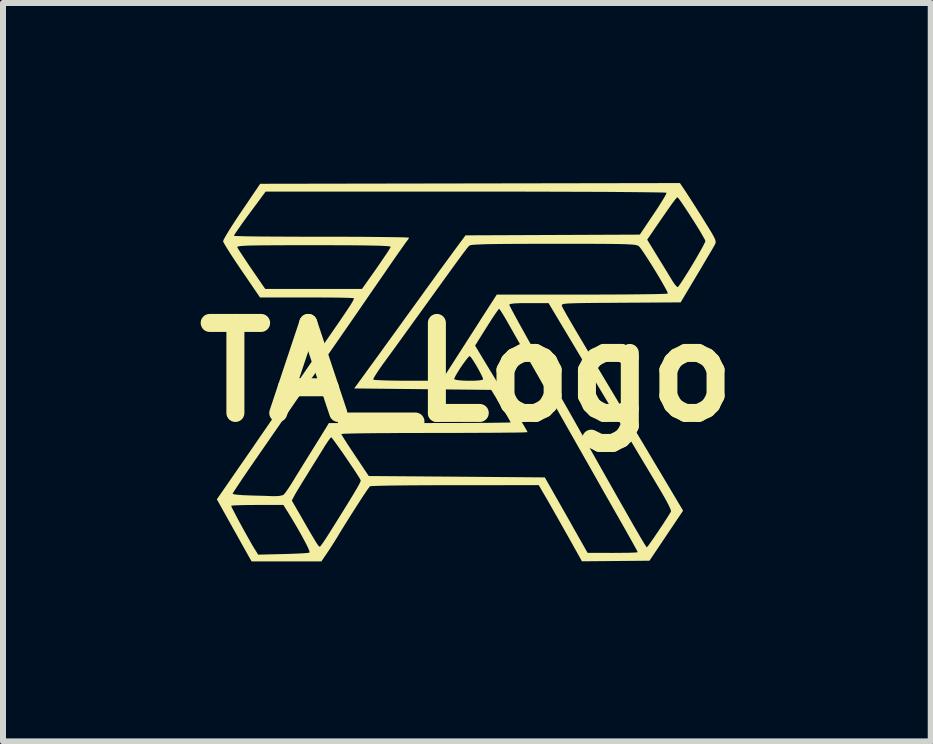
<source format=kicad_pcb>
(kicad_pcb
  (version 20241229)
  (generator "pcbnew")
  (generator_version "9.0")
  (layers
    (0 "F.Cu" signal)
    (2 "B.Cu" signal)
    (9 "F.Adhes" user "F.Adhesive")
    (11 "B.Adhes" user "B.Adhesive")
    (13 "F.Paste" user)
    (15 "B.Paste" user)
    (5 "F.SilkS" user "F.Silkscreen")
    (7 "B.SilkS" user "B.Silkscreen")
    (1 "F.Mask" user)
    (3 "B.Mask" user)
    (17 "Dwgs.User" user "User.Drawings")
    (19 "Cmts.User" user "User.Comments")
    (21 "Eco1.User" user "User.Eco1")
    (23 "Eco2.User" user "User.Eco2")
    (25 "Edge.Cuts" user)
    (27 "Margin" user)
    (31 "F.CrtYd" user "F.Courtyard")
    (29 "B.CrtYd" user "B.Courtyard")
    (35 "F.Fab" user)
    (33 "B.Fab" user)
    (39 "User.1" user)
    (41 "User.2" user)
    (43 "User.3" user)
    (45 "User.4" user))
  (footprint "TA_Logo"
    (layer "F.Cu")
    (at 4.729 3.152)
    (property "Reference" "TA_Logo" (at 0 0 0) (layer "F.SilkS") (effects (font (size 1.5 1.5) (thickness 0.3))))
    (attr board_only exclude_from_pos_files exclude_from_bom)
    (fp_poly (pts (xy 3.641 -3.016) (xy 3.684 -2.95) (xy 3.746 -2.853) (xy 3.82 -2.738) (xy 3.899 -2.613) (xy 3.948 -2.534) (xy 4.026 -2.409) (xy 4.082 -2.317) (xy 4.118 -2.251) (xy 4.139 -2.206) (xy 4.145 -2.174) (xy 4.142 -2.149) (xy 4.13 -2.124) (xy 4.13 -2.123) (xy 4.108 -2.084) (xy 4.066 -2.012) (xy 4.007 -1.913) (xy 3.937 -1.794) (xy 3.859 -1.663) (xy 3.828 -1.611) (xy 3.561 -1.164) (xy 2.566 -1.158) (xy 2.323 -1.156) (xy 2.124 -1.155) (xy 1.964 -1.153) (xy 1.838 -1.151) (xy 1.743 -1.148) (xy 1.674 -1.145) (xy 1.627 -1.14) (xy 1.599 -1.134) (xy 1.585 -1.126) (xy 1.581 -1.117) (xy 1.582 -1.107) (xy 1.589 -1.089) (xy 1.607 -1.055) (xy 1.635 -1.004) (xy 1.676 -0.931) (xy 1.731 -0.837) (xy 1.801 -0.717) (xy 1.888 -0.57) (xy 1.993 -0.393) (xy 2.116 -0.185) (xy 2.261 0.058) (xy 2.428 0.337) (xy 2.564 0.564) (xy 2.65 0.709) (xy 2.754 0.883) (xy 2.869 1.076) (xy 2.99 1.278) (xy 3.108 1.477) (xy 3.22 1.664) (xy 3.22 1.664) (xy 3.602 2.306) (xy 3.322 2.723) (xy 3.042 3.14) (xy 2.48 3.145) (xy 1.917 3.15) (xy 1.684 2.733) (xy 1.602 2.588) (xy 1.519 2.441) (xy 1.44 2.302) (xy 1.372 2.182) (xy 1.324 2.099) (xy 1.197 1.881) (xy -0.195 1.882) (xy -0.447 1.882) (xy -0.686 1.883) (xy -0.906 1.884) (xy -1.104 1.886) (xy -1.276 1.888) (xy -1.417 1.891) (xy -1.523 1.894) (xy -1.59 1.897) (xy -1.614 1.899) (xy -1.634 1.924) (xy -1.674 1.981) (xy -1.731 2.066) (xy -1.8 2.172) (xy -1.876 2.291) (xy -1.957 2.418) (xy -2.037 2.546) (xy -2.113 2.669) (xy -2.168 2.761) (xy -2.219 2.843) (xy -2.282 2.941) (xy -2.33 3.013) (xy -2.424 3.151) (xy -3.005 3.151) (xy -3.587 3.151) (xy -3.631 3.075) (xy -3.655 3.032) (xy -3.698 2.955) (xy -3.756 2.852) (xy -3.824 2.729) (xy -3.899 2.596) (xy -3.92 2.558) (xy -4.105 2.226) (xy -3.928 2.226) (xy -3.917 2.252) (xy -3.887 2.311) (xy -3.844 2.394) (xy -3.791 2.493) (xy -3.733 2.6) (xy -3.674 2.706) (xy -3.619 2.804) (xy -3.573 2.885) (xy -3.542 2.936) (xy -3.477 3.039) (xy -3.056 3.029) (xy -2.92 3.025) (xy -2.8 3.02) (xy -2.706 3.015) (xy -2.643 3.009) (xy -2.621 3.005) (xy -2.625 2.978) (xy -2.65 2.917) (xy -2.695 2.828) (xy -2.755 2.717) (xy -2.827 2.59) (xy -2.908 2.453) (xy -2.994 2.312) (xy -3.003 2.299) (xy -3.058 2.211) (xy -3.493 2.211) (xy -3.63 2.212) (xy -3.749 2.214) (xy -3.844 2.217) (xy -3.905 2.221) (xy -3.928 2.226) (xy -4.105 2.226) (xy -4.154 2.138) (xy -2.917 2.138) (xy -2.743 2.439) (xy -2.656 2.591) (xy -2.589 2.706) (xy -2.539 2.79) (xy -2.503 2.848) (xy -2.479 2.883) (xy -2.464 2.901) (xy -2.453 2.906) (xy -2.445 2.904) (xy -2.426 2.88) (xy -2.387 2.825) (xy -2.334 2.745) (xy -2.274 2.65) (xy -2.267 2.639) (xy -2.136 2.43) (xy -2.029 2.258) (xy -1.943 2.118) (xy -1.877 2.009) (xy -1.828 1.926) (xy -1.795 1.867) (xy -1.776 1.828) (xy -1.769 1.806) (xy -1.769 1.801) (xy -1.784 1.772) (xy -1.821 1.713) (xy -1.873 1.633) (xy -1.937 1.538) (xy -2.006 1.436) (xy -2.076 1.334) (xy -2.142 1.241) (xy -2.198 1.163) (xy -2.239 1.108) (xy -2.26 1.083) (xy -2.261 1.082) (xy -2.279 1.101) (xy -2.315 1.151) (xy -2.363 1.223) (xy -2.388 1.264) (xy -2.446 1.358) (xy -2.519 1.475) (xy -2.598 1.602) (xy -2.669 1.717) (xy -2.736 1.824) (xy -2.796 1.923) (xy -2.845 2.004) (xy -2.875 2.058) (xy -2.878 2.063) (xy -2.917 2.138) (xy -4.154 2.138) (xy -4.166 2.117) (xy -4.102 2.025) (xy -3.904 2.025) (xy -3.882 2.033) (xy -3.822 2.041) (xy -3.734 2.048) (xy -3.628 2.052) (xy -3.503 2.056) (xy -3.381 2.059) (xy -3.277 2.063) (xy -3.221 2.065) (xy -3.134 2.062) (xy -3.071 2.049) (xy -3.053 2.04) (xy -3.026 2.009) (xy -2.982 1.946) (xy -2.928 1.864) (xy -2.888 1.799) (xy -2.825 1.696) (xy -2.746 1.569) (xy -2.662 1.433) (xy -2.582 1.304) (xy -2.576 1.294) (xy -2.506 1.182) (xy -2.442 1.079) (xy -2.411 1.029) (xy -2.093 1.029) (xy -2.08 1.053) (xy -2.045 1.11) (xy -1.993 1.192) (xy -1.926 1.293) (xy -1.863 1.388) (xy -1.635 1.729) (xy -0.168 1.74) (xy 1.298 1.752) (xy 1.432 1.987) (xy 1.489 2.088) (xy 1.562 2.216) (xy 1.644 2.361) (xy 1.729 2.51) (xy 1.788 2.616) (xy 2.011 3.009) (xy 2.428 3.01) (xy 2.563 3.009) (xy 2.679 3.008) (xy 2.77 3.005) (xy 2.828 3.002) (xy 2.846 2.998) (xy 2.835 2.974) (xy 2.804 2.917) (xy 2.758 2.833) (xy 2.699 2.729) (xy 2.649 2.639) (xy 2.579 2.516) (xy 2.492 2.363) (xy 2.395 2.192) (xy 2.293 2.014) (xy 2.195 1.84) (xy 2.152 1.764) (xy 1.978 1.457) (xy 1.825 1.188) (xy 1.692 0.953) (xy 1.576 0.749) (xy 1.476 0.572) (xy 1.389 0.419) (xy 1.314 0.287) (xy 1.248 0.172) (xy 1.191 0.071) (xy 1.139 -0.02) (xy 1.091 -0.104) (xy 1.083 -0.118) (xy 1 -0.263) (xy 0.907 -0.429) (xy 0.813 -0.594) (xy 0.731 -0.739) (xy 0.727 -0.746) (xy 0.666 -0.854) (xy 0.612 -0.946) (xy 0.569 -1.014) (xy 0.543 -1.052) (xy 0.537 -1.058) (xy 0.52 -1.039) (xy 0.483 -0.987) (xy 0.43 -0.909) (xy 0.367 -0.811) (xy 0.329 -0.751) (xy 0.137 -0.444) (xy 0.238 -0.275) (xy 0.301 -0.171) (xy 0.384 -0.034) (xy 0.482 0.127) (xy 0.591 0.305) (xy 0.706 0.491) (xy 0.822 0.679) (xy 0.863 0.745) (xy 0.92 0.839) (xy 0.967 0.918) (xy 0.999 0.974) (xy 1.011 0.998) (xy 1.011 0.998) (xy 0.988 1) (xy 0.922 1.003) (xy 0.817 1.005) (xy 0.676 1.006) (xy 0.504 1.008) (xy 0.304 1.009) (xy 0.08 1.01) (xy -0.163 1.011) (xy -0.423 1.011) (xy -0.541 1.011) (xy -0.806 1.012) (xy -1.057 1.012) (xy -1.29 1.014) (xy -1.501 1.015) (xy -1.686 1.017) (xy -1.841 1.019) (xy -1.962 1.022) (xy -2.046 1.025) (xy -2.088 1.028) (xy -2.093 1.029) (xy -2.411 1.029) (xy -2.389 0.993) (xy -2.353 0.935) (xy -2.346 0.923) (xy -2.3 0.847) (xy -0.786 0.847) (xy -0.523 0.846) (xy -0.276 0.846) (xy -0.046 0.845) (xy 0.161 0.844) (xy 0.342 0.843) (xy 0.493 0.841) (xy 0.61 0.839) (xy 0.689 0.838) (xy 0.727 0.836) (xy 0.729 0.835) (xy 0.717 0.812) (xy 0.686 0.756) (xy 0.638 0.676) (xy 0.58 0.58) (xy 0.567 0.559) (xy 0.405 0.294) (xy -0.737 0.282) (xy -1.878 0.27) (xy -1.769 0.121) (xy -1.561 0.121) (xy -1.561 0.122) (xy -1.535 0.128) (xy -1.469 0.132) (xy -1.369 0.136) (xy -1.242 0.139) (xy -1.094 0.141) (xy -0.987 0.141) (xy -0.424 0.141) (xy -0.406 0.113) (xy -0.212 0.113) (xy -0.19 0.125) (xy -0.134 0.134) (xy -0.054 0.14) (xy 0.036 0.142) (xy 0.126 0.141) (xy 0.203 0.136) (xy 0.255 0.127) (xy 0.27 0.119) (xy 0.263 0.092) (xy 0.238 0.037) (xy 0.2 -0.035) (xy 0.156 -0.113) (xy 0.111 -0.186) (xy 0.073 -0.242) (xy 0.048 -0.27) (xy 0.029 -0.257) (xy -0.008 -0.213) (xy -0.055 -0.149) (xy -0.106 -0.076) (xy -0.153 -0.002) (xy -0.19 0.061) (xy -0.21 0.104) (xy -0.212 0.113) (xy -0.406 0.113) (xy -0.246 -0.135) (xy -0.177 -0.243) (xy -0.09 -0.378) (xy 0.008 -0.531) (xy 0.109 -0.688) (xy 0.206 -0.84) (xy 0.214 -0.853) (xy 0.39 -1.126) (xy 0.706 -1.126) (xy 0.717 -1.1) (xy 0.749 -1.038) (xy 0.799 -0.945) (xy 0.864 -0.825) (xy 0.942 -0.684) (xy 1.03 -0.526) (xy 1.126 -0.356) (xy 1.226 -0.179) (xy 1.328 -0.0004) (xy 1.429 0.176) (xy 1.47 0.247) (xy 1.519 0.332) (xy 1.585 0.448) (xy 1.664 0.586) (xy 1.749 0.736) (xy 1.834 0.887) (xy 1.858 0.929) (xy 2.048 1.266) (xy 2.216 1.564) (xy 2.364 1.825) (xy 2.492 2.052) (xy 2.603 2.247) (xy 2.697 2.412) (xy 2.775 2.549) (xy 2.84 2.66) (xy 2.891 2.748) (xy 2.931 2.815) (xy 2.96 2.863) (xy 2.981 2.895) (xy 2.993 2.912) (xy 2.999 2.916) (xy 3.015 2.898) (xy 3.052 2.847) (xy 3.106 2.771) (xy 3.17 2.676) (xy 3.199 2.633) (xy 3.268 2.53) (xy 3.327 2.439) (xy 3.372 2.368) (xy 3.398 2.325) (xy 3.401 2.317) (xy 3.394 2.287) (xy 3.366 2.224) (xy 3.321 2.137) (xy 3.262 2.033) (xy 3.226 1.971) (xy 3.167 1.873) (xy 3.089 1.742) (xy 2.996 1.586) (xy 2.892 1.413) (xy 2.783 1.231) (xy 2.673 1.046) (xy 2.617 0.953) (xy 2.492 0.743) (xy 2.351 0.506) (xy 2.202 0.257) (xy 2.052 0.007) (xy 1.911 -0.23) (xy 1.785 -0.441) (xy 1.778 -0.453) (xy 1.36 -1.152) (xy 1.033 -1.152) (xy 0.884 -1.151) (xy 0.781 -1.146) (xy 0.722 -1.137) (xy 0.706 -1.126) (xy 0.39 -1.126) (xy 0.498 -1.294) (xy 1.917 -1.294) (xy 2.171 -1.294) (xy 2.411 -1.295) (xy 2.632 -1.296) (xy 2.831 -1.298) (xy 3.004 -1.3) (xy 3.146 -1.302) (xy 3.253 -1.305) (xy 3.322 -1.308) (xy 3.348 -1.311) (xy 3.348 -1.311) (xy 3.34 -1.337) (xy 3.311 -1.394) (xy 3.265 -1.476) (xy 3.208 -1.574) (xy 3.143 -1.682) (xy 3.076 -1.791) (xy 3.01 -1.894) (xy 2.951 -1.984) (xy 2.903 -2.054) (xy 2.871 -2.094) (xy 2.866 -2.099) (xy 2.853 -2.108) (xy 2.834 -2.115) (xy 2.805 -2.121) (xy 2.764 -2.126) (xy 2.705 -2.13) (xy 2.625 -2.134) (xy 2.521 -2.136) (xy 2.389 -2.138) (xy 2.226 -2.139) (xy 2.027 -2.14) (xy 1.789 -2.14) (xy 1.509 -2.14) (xy 1.448 -2.14) (xy 1.145 -2.14) (xy 0.885 -2.139) (xy 0.667 -2.138) (xy 0.487 -2.136) (xy 0.342 -2.134) (xy 0.229 -2.13) (xy 0.146 -2.126) (xy 0.089 -2.122) (xy 0.056 -2.116) (xy 0.044 -2.111) (xy 0.033 -2.101) (xy 0.019 -2.086) (xy -0.001 -2.062) (xy -0.029 -2.025) (xy -0.068 -1.974) (xy -0.12 -1.903) (xy -0.188 -1.81) (xy -0.274 -1.691) (xy -0.381 -1.543) (xy -0.511 -1.363) (xy -0.612 -1.223) (xy -0.759 -1.019) (xy -0.882 -0.849) (xy -0.985 -0.706) (xy -1.072 -0.586) (xy -1.146 -0.483) (xy -1.212 -0.392) (xy -1.273 -0.308) (xy -1.333 -0.226) (xy -1.394 -0.142) (xy -1.46 -0.049) (xy -1.513 0.031) (xy -1.549 0.09) (xy -1.561 0.121) (xy -1.769 0.121) (xy -1.767 0.118) (xy -1.709 0.039) (xy -1.645 -0.05) (xy -1.569 -0.154) (xy -1.48 -0.276) (xy -1.375 -0.422) (xy -1.25 -0.594) (xy -1.102 -0.799) (xy -1 -0.941) (xy -0.894 -1.087) (xy -0.787 -1.234) (xy -0.687 -1.374) (xy -0.598 -1.496) (xy -0.527 -1.594) (xy -0.498 -1.635) (xy -0.414 -1.75) (xy -0.317 -1.882) (xy -0.224 -2.009) (xy -0.184 -2.064) (xy -0.076 -2.209) (xy 3.004 -2.209) (xy 3.187 -1.91) (xy 3.258 -1.795) (xy 3.325 -1.686) (xy 3.382 -1.592) (xy 3.423 -1.525) (xy 3.431 -1.511) (xy 3.47 -1.455) (xy 3.503 -1.422) (xy 3.514 -1.418) (xy 3.533 -1.44) (xy 3.571 -1.496) (xy 3.625 -1.579) (xy 3.69 -1.682) (xy 3.755 -1.789) (xy 3.825 -1.907) (xy 3.886 -2.014) (xy 3.934 -2.1) (xy 3.964 -2.16) (xy 3.974 -2.185) (xy 3.962 -2.214) (xy 3.929 -2.273) (xy 3.881 -2.355) (xy 3.822 -2.451) (xy 3.756 -2.555) (xy 3.689 -2.659) (xy 3.626 -2.754) (xy 3.572 -2.834) (xy 3.532 -2.89) (xy 3.509 -2.915) (xy 3.508 -2.916) (xy 3.492 -2.904) (xy 3.462 -2.867) (xy 3.413 -2.801) (xy 3.345 -2.705) (xy 3.255 -2.575) (xy 3.153 -2.427) (xy 3.004 -2.209) (xy -0.076 -2.209) (xy -0.023 -2.281) (xy 1.429 -2.287) (xy 2.881 -2.293) (xy 3.109 -2.632) (xy 3.183 -2.743) (xy 3.245 -2.842) (xy 3.293 -2.92) (xy 3.32 -2.972) (xy 3.326 -2.991) (xy 3.301 -2.993) (xy 3.232 -2.995) (xy 3.121 -2.997) (xy 2.972 -2.999) (xy 2.786 -3.001) (xy 2.566 -3.003) (xy 2.315 -3.005) (xy 2.036 -3.006) (xy 1.73 -3.007) (xy 1.402 -3.008) (xy 1.053 -3.009) (xy 0.687 -3.01) (xy 0.305 -3.01) (xy -0.02 -3.01) (xy -3.353 -3.01) (xy -3.531 -2.769) (xy -3.652 -2.606) (xy -3.745 -2.478) (xy -3.812 -2.382) (xy -3.856 -2.318) (xy -3.878 -2.281) (xy -3.881 -2.273) (xy -3.858 -2.27) (xy -3.792 -2.268) (xy -3.687 -2.265) (xy -3.547 -2.263) (xy -3.376 -2.261) (xy -3.178 -2.26) (xy -2.957 -2.259) (xy -2.717 -2.258) (xy -2.461 -2.258) (xy -2.422 -2.258) (xy -2.165 -2.258) (xy -1.923 -2.257) (xy -1.698 -2.256) (xy -1.497 -2.254) (xy -1.321 -2.252) (xy -1.177 -2.25) (xy -1.066 -2.248) (xy -0.994 -2.245) (xy -0.965 -2.242) (xy -0.964 -2.242) (xy -0.978 -2.213) (xy -0.997 -2.189) (xy -1.019 -2.16) (xy -1.063 -2.098) (xy -1.126 -2.008) (xy -1.204 -1.897) (xy -1.293 -1.769) (xy -1.377 -1.646) (xy -1.577 -1.357) (xy -1.766 -1.082) (xy -1.942 -0.827) (xy -2.103 -0.594) (xy -2.247 -0.387) (xy -2.37 -0.21) (xy -2.47 -0.067) (xy -2.508 -0.012) (xy -2.593 0.11) (xy -2.688 0.247) (xy -2.779 0.378) (xy -2.826 0.447) (xy -2.877 0.521) (xy -2.95 0.628) (xy -3.041 0.759) (xy -3.145 0.91) (xy -3.258 1.073) (xy -3.375 1.242) (xy -3.441 1.337) (xy -3.55 1.495) (xy -3.65 1.64) (xy -3.737 1.768) (xy -3.809 1.876) (xy -3.863 1.957) (xy -3.895 2.008) (xy -3.904 2.025) (xy -4.102 2.025) (xy -3.698 1.441) (xy -3.57 1.256) (xy -3.435 1.059) (xy -3.298 0.861) (xy -3.167 0.67) (xy -3.047 0.496) (xy -2.945 0.348) (xy -2.916 0.306) (xy -2.804 0.142) (xy -2.675 -0.046) (xy -2.539 -0.244) (xy -2.406 -0.437) (xy -2.286 -0.611) (xy -2.269 -0.635) (xy -2.153 -0.803) (xy -2.062 -0.936) (xy -1.993 -1.039) (xy -1.942 -1.116) (xy -1.909 -1.17) (xy -1.89 -1.206) (xy -1.882 -1.228) (xy -1.881 -1.233) (xy -1.904 -1.236) (xy -1.968 -1.239) (xy -2.069 -1.242) (xy -2.2 -1.244) (xy -2.356 -1.245) (xy -2.532 -1.246) (xy -2.664 -1.246) (xy -3.447 -1.246) (xy -3.752 -1.693) (xy -3.84 -1.823) (xy -3.918 -1.941) (xy -3.983 -2.043) (xy -4.008 -2.083) (xy -3.825 -2.083) (xy -3.825 -2.081) (xy -3.808 -2.051) (xy -3.768 -1.989) (xy -3.711 -1.903) (xy -3.642 -1.799) (xy -3.586 -1.717) (xy -3.36 -1.388) (xy -2.554 -1.388) (xy -1.748 -1.388) (xy -1.509 -1.726) (xy -1.432 -1.838) (xy -1.365 -1.937) (xy -1.312 -2.016) (xy -1.279 -2.07) (xy -1.27 -2.091) (xy -1.287 -2.097) (xy -1.338 -2.102) (xy -1.425 -2.107) (xy -1.549 -2.11) (xy -1.714 -2.113) (xy -1.92 -2.115) (xy -2.168 -2.116) (xy -2.462 -2.117) (xy -2.554 -2.117) (xy -2.835 -2.117) (xy -3.072 -2.116) (xy -3.269 -2.115) (xy -3.429 -2.114) (xy -3.556 -2.112) (xy -3.654 -2.11) (xy -3.727 -2.106) (xy -3.776 -2.102) (xy -3.807 -2.097) (xy -3.822 -2.091) (xy -3.825 -2.083) (xy -4.008 -2.083) (xy -4.031 -2.121) (xy -4.058 -2.169) (xy -4.062 -2.181) (xy -4.051 -2.212) (xy -4.016 -2.275) (xy -3.962 -2.365) (xy -3.892 -2.475) (xy -3.81 -2.6) (xy -3.755 -2.681) (xy -3.444 -3.14) (xy 0.053 -3.146) (xy 3.549 -3.152)) (stroke (width 0) (type solid)) (fill yes) (layer "F.SilkS")))
  (gr_rect
    (start -3 -3)
    (end 12.457 9.303)
    (stroke (width 0.1) (type default))
    (fill no)
    (layer "Edge.Cuts")))
</source>
